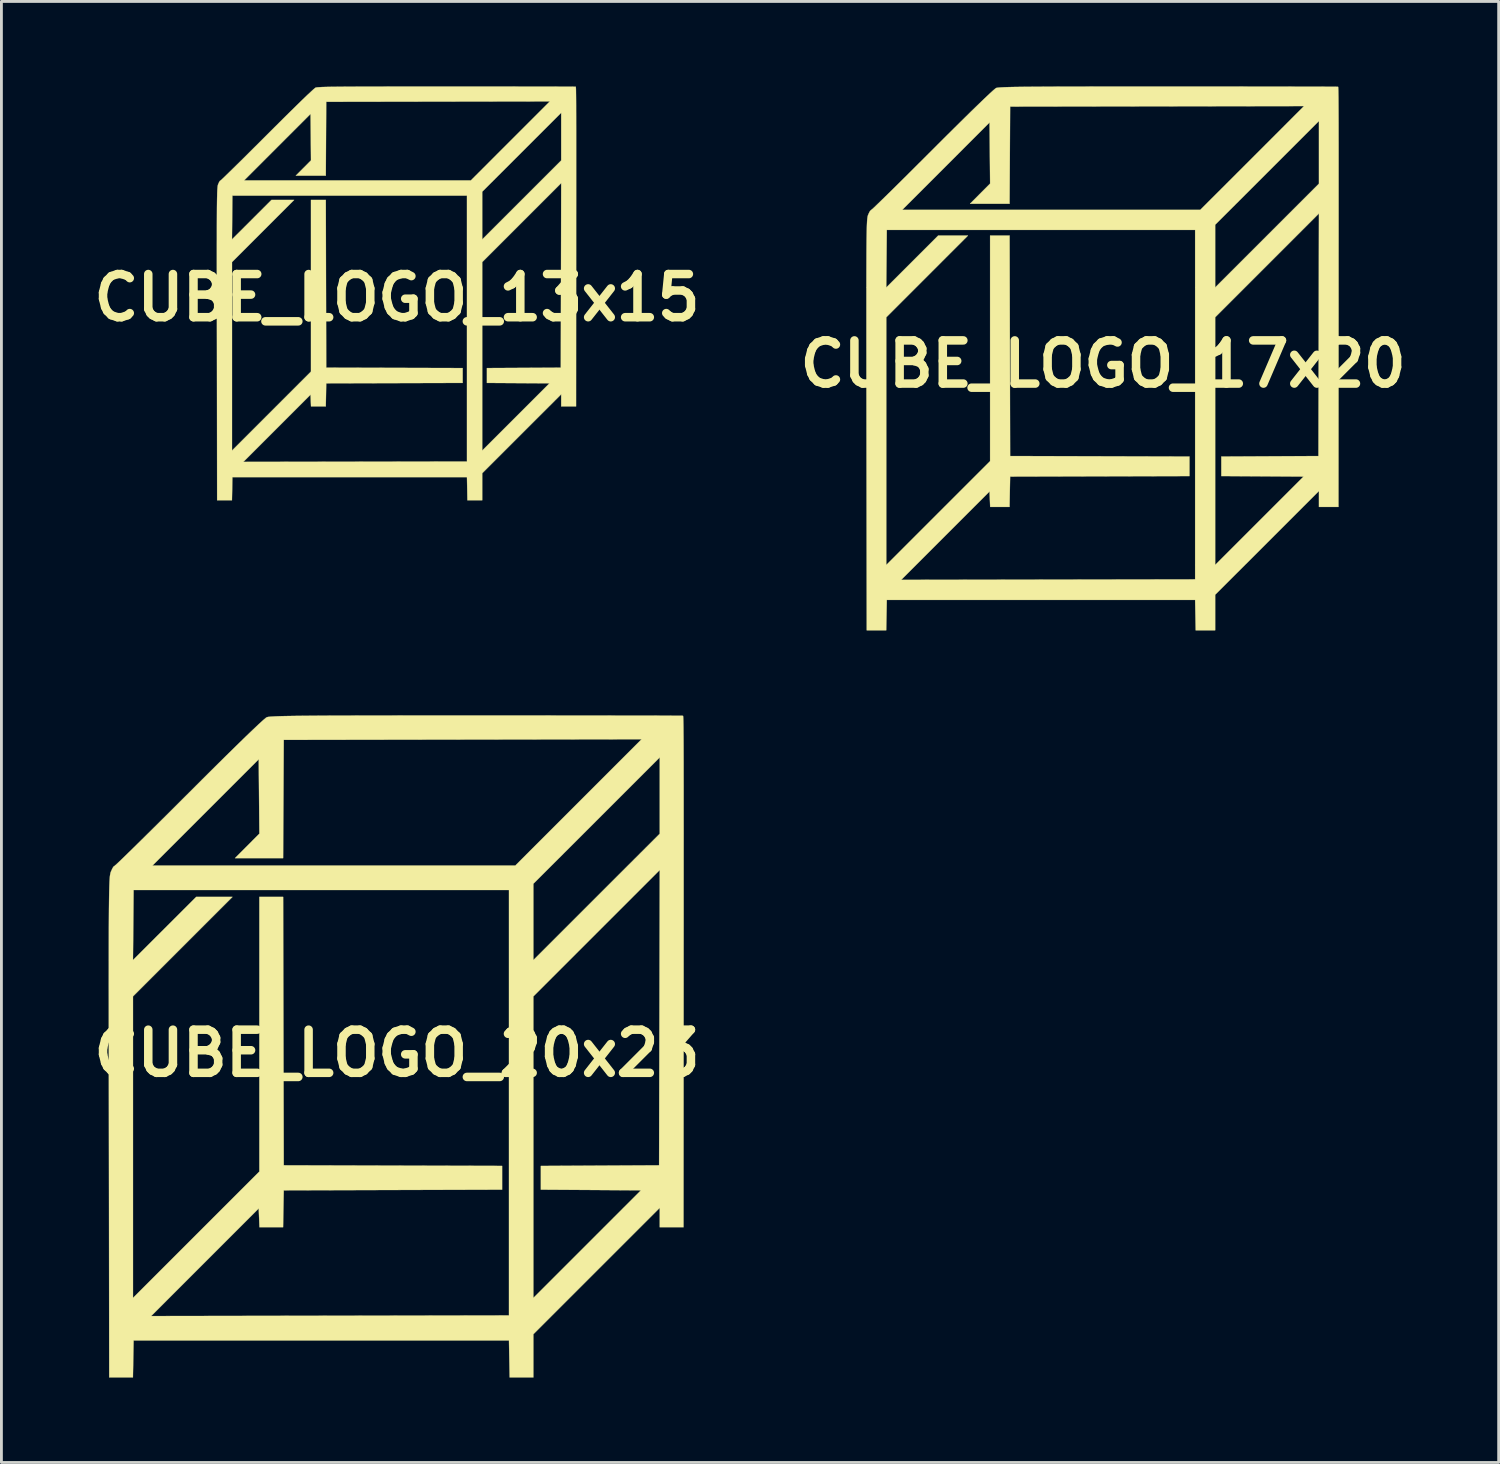
<source format=kicad_pcb>
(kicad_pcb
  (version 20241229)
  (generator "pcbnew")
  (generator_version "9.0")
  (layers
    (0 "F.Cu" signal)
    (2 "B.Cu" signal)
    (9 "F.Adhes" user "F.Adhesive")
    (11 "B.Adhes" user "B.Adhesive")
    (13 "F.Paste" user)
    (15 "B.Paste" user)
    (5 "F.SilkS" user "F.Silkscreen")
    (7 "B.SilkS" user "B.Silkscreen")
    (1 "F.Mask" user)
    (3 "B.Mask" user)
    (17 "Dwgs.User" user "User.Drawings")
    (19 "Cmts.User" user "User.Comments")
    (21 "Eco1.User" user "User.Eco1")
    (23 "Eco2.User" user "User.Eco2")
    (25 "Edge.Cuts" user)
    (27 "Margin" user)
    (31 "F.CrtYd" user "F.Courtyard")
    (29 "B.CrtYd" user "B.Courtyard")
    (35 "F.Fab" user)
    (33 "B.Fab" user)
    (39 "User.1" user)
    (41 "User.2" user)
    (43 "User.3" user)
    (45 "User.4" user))
  (footprint "CUBE_LOGO_20x23"
    (layer "F.Cu")
    (at 10.966 34.138)
    (property "Reference" "CUBE_LOGO_20x23" (at 0 0 0) (layer "F.SilkS") (effects (font (size 1.524 1.524) (thickness 0.3))))
    (attr through_hole)
    (fp_poly (pts (xy 3.613 -11.928) (xy 4.383 -11.927) (xy 5.125 -11.927) (xy 5.833 -11.926) (xy 6.503 -11.926) (xy 7.13 -11.925) (xy 7.71 -11.924) (xy 8.238 -11.924) (xy 8.71 -11.923) (xy 9.121 -11.922) (xy 9.466 -11.921) (xy 9.741 -11.919) (xy 9.941 -11.918) (xy 10.061 -11.917) (xy 10.097 -11.916) (xy 10.1 -11.908) (xy 10.103 -11.888) (xy 10.106 -11.852) (xy 10.108 -11.798) (xy 10.11 -11.721) (xy 10.112 -11.618) (xy 10.114 -11.486) (xy 10.115 -11.321) (xy 10.117 -11.119) (xy 10.118 -10.877) (xy 10.119 -10.592) (xy 10.12 -10.261) (xy 10.12 -9.878) (xy 10.121 -9.442) (xy 10.121 -8.948) (xy 10.121 -8.394) (xy 10.122 -7.775) (xy 10.121 -7.088) (xy 10.121 -6.33) (xy 10.121 -5.497) (xy 10.121 -4.585) (xy 10.12 -3.592) (xy 10.12 -2.684) (xy 10.116 6.14) (xy 9.277 6.14) (xy 9.277 5.456) (xy 7.046 7.686) (xy 4.815 9.917) (xy 4.815 11.441) (xy 3.978 11.441) (xy 3.954 10.138) (xy -9.299 10.138) (xy -9.311 10.789) (xy -9.323 11.441) (xy -10.16 11.441) (xy -10.171 2.617) (xy -10.172 1.578) (xy -10.173 0.624) (xy -10.174 -0.249) (xy -10.175 -1.045) (xy -10.175 -1.767) (xy -10.176 -2.42) (xy -10.175 -3.006) (xy -10.175 -3.291) (xy -9.322 -3.291) (xy -8.206 -4.406) (xy -7.089 -5.522) (xy -5.809 -5.522) (xy -7.565 -3.766) (xy -9.321 -2.01) (xy -9.321 8.636) (xy -7.09 6.405) (xy -4.859 4.175) (xy -4.859 -5.522) (xy -4.02 -5.522) (xy -4.009 -0.784) (xy -3.998 3.954) (xy 3.711 3.976) (xy 3.711 4.814) (xy -3.998 4.837) (xy -4.01 5.489) (xy -4.022 6.14) (xy -4.855 6.14) (xy -4.868 5.808) (xy -4.881 5.477) (xy -8.68 9.277) (xy -2.363 9.266) (xy 3.954 9.254) (xy 3.954 -2.01) (xy 4.815 -2.01) (xy 4.815 8.636) (xy 8.614 4.837) (xy 6.847 4.825) (xy 5.08 4.814) (xy 5.08 3.977) (xy 7.167 3.965) (xy 9.254 3.954) (xy 9.266 -1.259) (xy 9.277 -6.471) (xy 7.046 -4.241) (xy 4.815 -2.01) (xy 3.954 -2.01) (xy 3.954 -5.765) (xy -9.299 -5.765) (xy -9.31 -4.528) (xy -9.322 -3.291) (xy -10.175 -3.291) (xy -10.175 -3.53) (xy -10.174 -3.995) (xy -10.173 -4.405) (xy -10.171 -4.763) (xy -10.169 -5.074) (xy -10.166 -5.341) (xy -10.163 -5.567) (xy -10.159 -5.757) (xy -10.155 -5.913) (xy -10.152 -5.986) (xy 4.815 -5.986) (xy 4.815 -3.291) (xy 7.046 -5.522) (xy 9.277 -7.752) (xy 9.277 -10.447) (xy 7.046 -8.216) (xy 4.815 -5.986) (xy -10.152 -5.986) (xy -10.15 -6.041) (xy -10.144 -6.143) (xy -10.138 -6.223) (xy -10.131 -6.285) (xy -10.123 -6.332) (xy -10.115 -6.369) (xy -10.106 -6.398) (xy -10.099 -6.415) (xy -10.047 -6.53) (xy -10.003 -6.598) (xy -9.986 -6.606) (xy -9.96 -6.626) (xy -8.636 -6.626) (xy 4.175 -6.626) (xy 8.636 -11.088) (xy -3.998 -11.066) (xy -4.009 -8.978) (xy -4.021 -6.891) (xy -5.719 -6.891) (xy -4.858 -7.755) (xy -4.87 -9.068) (xy -4.881 -10.381) (xy -6.758 -8.504) (xy -8.636 -6.626) (xy -9.96 -6.626) (xy -9.951 -6.633) (xy -9.858 -6.719) (xy -9.712 -6.858) (xy -9.518 -7.047) (xy -9.28 -7.279) (xy -9.003 -7.552) (xy -8.691 -7.86) (xy -8.35 -8.198) (xy -7.983 -8.563) (xy -7.596 -8.95) (xy -7.352 -9.193) (xy -6.866 -9.679) (xy -6.419 -10.123) (xy -6.016 -10.522) (xy -5.657 -10.874) (xy -5.346 -11.177) (xy -5.084 -11.428) (xy -4.876 -11.625) (xy -4.723 -11.764) (xy -4.627 -11.845) (xy -4.598 -11.864) (xy -4.57 -11.872) (xy -4.522 -11.88) (xy -4.451 -11.887) (xy -4.353 -11.893) (xy -4.225 -11.899) (xy -4.062 -11.904) (xy -3.86 -11.908) (xy -3.616 -11.912) (xy -3.326 -11.915) (xy -2.986 -11.918) (xy -2.592 -11.921) (xy -2.139 -11.923) (xy -1.625 -11.924) (xy -1.046 -11.925) (xy -0.397 -11.926) (xy 0.326 -11.927) (xy 1.126 -11.927) (xy 2.007 -11.928) (xy 2.819 -11.928) (xy 3.613 -11.928)) (stroke (width 0.01) (type solid)) (fill yes) (layer "F.SilkS")))
  (footprint "CUBE_LOGO_13x15"
    (layer "F.Cu")
    (at 10.966 7.46)
    (property "Reference" "CUBE_LOGO_13x15" (at 0 0 0) (layer "F.SilkS") (effects (font (size 1.524 1.524) (thickness 0.3))))
    (attr through_hole)
    (fp_poly (pts (xy 2.258 -7.455) (xy 2.74 -7.455) (xy 3.203 -7.454) (xy 3.645 -7.454) (xy 4.064 -7.454) (xy 4.456 -7.453) (xy 4.819 -7.453) (xy 5.149 -7.452) (xy 5.444 -7.452) (xy 5.701 -7.451) (xy 5.916 -7.45) (xy 6.088 -7.45) (xy 6.213 -7.449) (xy 6.288 -7.448) (xy 6.311 -7.448) (xy 6.313 -7.442) (xy 6.314 -7.43) (xy 6.316 -7.408) (xy 6.318 -7.374) (xy 6.319 -7.326) (xy 6.32 -7.261) (xy 6.321 -7.179) (xy 6.322 -7.075) (xy 6.323 -6.949) (xy 6.324 -6.798) (xy 6.324 -6.62) (xy 6.325 -6.413) (xy 6.325 -6.174) (xy 6.326 -5.901) (xy 6.326 -5.593) (xy 6.326 -5.246) (xy 6.326 -4.859) (xy 6.326 -4.43) (xy 6.326 -3.956) (xy 6.326 -3.436) (xy 6.325 -2.866) (xy 6.325 -2.245) (xy 6.325 -1.677) (xy 6.322 3.838) (xy 5.798 3.838) (xy 5.798 3.41) (xy 3.009 6.198) (xy 3.009 7.151) (xy 2.486 7.151) (xy 2.479 6.743) (xy 2.471 6.336) (xy -5.812 6.336) (xy -5.819 6.743) (xy -5.827 7.151) (xy -6.35 7.151) (xy -6.357 1.636) (xy -6.358 0.987) (xy -6.358 0.39) (xy -6.359 -0.156) (xy -6.359 -0.653) (xy -6.36 -1.105) (xy -6.36 -1.512) (xy -6.36 -1.879) (xy -6.359 -2.057) (xy -5.826 -2.057) (xy -5.128 -2.754) (xy -4.431 -3.451) (xy -3.631 -3.451) (xy -4.728 -2.354) (xy -5.825 -1.256) (xy -5.825 5.397) (xy -4.431 4.003) (xy -3.037 2.609) (xy -3.037 -3.451) (xy -2.513 -3.451) (xy -2.506 -0.49) (xy -2.499 2.471) (xy 2.319 2.485) (xy 2.319 3.009) (xy -0.09 3.016) (xy -2.499 3.023) (xy -2.506 3.43) (xy -2.514 3.838) (xy -3.035 3.838) (xy -3.043 3.63) (xy -3.051 3.423) (xy -5.425 5.798) (xy -1.477 5.791) (xy 2.471 5.784) (xy 2.471 -1.256) (xy 3.009 -1.256) (xy 3.009 5.397) (xy 4.197 4.21) (xy 5.384 3.023) (xy 4.279 3.016) (xy 3.175 3.009) (xy 3.175 2.485) (xy 4.48 2.478) (xy 5.784 2.471) (xy 5.791 -0.787) (xy 5.798 -4.045) (xy 4.404 -2.651) (xy 3.009 -1.256) (xy 2.471 -1.256) (xy 2.471 -3.603) (xy -5.812 -3.603) (xy -5.819 -2.83) (xy -5.826 -2.057) (xy -6.359 -2.057) (xy -6.359 -2.206) (xy -6.359 -2.497) (xy -6.358 -2.753) (xy -6.357 -2.977) (xy -6.356 -3.171) (xy -6.354 -3.338) (xy -6.352 -3.479) (xy -6.349 -3.598) (xy -6.347 -3.696) (xy -6.345 -3.741) (xy 3.009 -3.741) (xy 3.009 -2.057) (xy 5.798 -4.845) (xy 5.798 -6.529) (xy 3.009 -3.741) (xy -6.345 -3.741) (xy -6.344 -3.776) (xy -6.34 -3.839) (xy -6.336 -3.889) (xy -6.332 -3.928) (xy -6.327 -3.957) (xy -6.322 -3.98) (xy -6.316 -3.999) (xy -6.312 -4.01) (xy -6.279 -4.081) (xy -6.252 -4.123) (xy -6.241 -4.129) (xy -6.225 -4.141) (xy -5.397 -4.141) (xy 2.609 -4.141) (xy 5.397 -6.93) (xy -2.499 -6.916) (xy -2.506 -5.611) (xy -2.513 -4.307) (xy -3.574 -4.307) (xy -3.305 -4.577) (xy -3.036 -4.847) (xy -3.043 -5.668) (xy -3.051 -6.488) (xy -4.224 -5.315) (xy -5.397 -4.141) (xy -6.225 -4.141) (xy -6.219 -4.146) (xy -6.161 -4.199) (xy -6.07 -4.286) (xy -5.949 -4.404) (xy -5.8 -4.55) (xy -5.627 -4.72) (xy -5.432 -4.912) (xy -5.219 -5.124) (xy -4.99 -5.352) (xy -4.747 -5.594) (xy -4.595 -5.746) (xy -4.291 -6.049) (xy -4.012 -6.327) (xy -3.76 -6.576) (xy -3.535 -6.797) (xy -3.341 -6.986) (xy -3.178 -7.143) (xy -3.047 -7.265) (xy -2.952 -7.353) (xy -2.892 -7.403) (xy -2.874 -7.415) (xy -2.856 -7.42) (xy -2.826 -7.425) (xy -2.782 -7.429) (xy -2.721 -7.433) (xy -2.64 -7.437) (xy -2.539 -7.44) (xy -2.413 -7.443) (xy -2.26 -7.445) (xy -2.079 -7.447) (xy -1.866 -7.449) (xy -1.62 -7.45) (xy -1.337 -7.452) (xy -1.016 -7.453) (xy -0.654 -7.453) (xy -0.248 -7.454) (xy 0.204 -7.454) (xy 0.704 -7.455) (xy 1.254 -7.455) (xy 1.762 -7.455) (xy 2.258 -7.455)) (stroke (width 0.01) (type solid)) (fill yes) (layer "F.SilkS")))
  (footprint "CUBE_LOGO_17x20"
    (layer "F.Cu")
    (at 35.897 9.803)
    (property "Reference" "CUBE_LOGO_17x20" (at 0 0 0) (layer "F.SilkS") (effects (font (size 1.524 1.524) (thickness 0.3))))
    (attr through_hole)
    (fp_poly (pts (xy 2.968 -9.798) (xy 3.601 -9.797) (xy 4.21 -9.797) (xy 4.791 -9.797) (xy 5.341 -9.796) (xy 5.857 -9.796) (xy 6.333 -9.795) (xy 6.767 -9.794) (xy 7.155 -9.794) (xy 7.492 -9.793) (xy 7.776 -9.792) (xy 8.001 -9.791) (xy 8.165 -9.79) (xy 8.264 -9.789) (xy 8.294 -9.788) (xy 8.297 -9.781) (xy 8.299 -9.765) (xy 8.301 -9.736) (xy 8.303 -9.691) (xy 8.305 -9.628) (xy 8.306 -9.543) (xy 8.308 -9.435) (xy 8.309 -9.299) (xy 8.31 -9.133) (xy 8.311 -8.935) (xy 8.312 -8.701) (xy 8.313 -8.428) (xy 8.313 -8.114) (xy 8.314 -7.756) (xy 8.314 -7.351) (xy 8.314 -6.895) (xy 8.314 -6.387) (xy 8.314 -5.822) (xy 8.314 -5.2) (xy 8.314 -4.515) (xy 8.313 -3.767) (xy 8.313 -2.951) (xy 8.313 -2.204) (xy 8.309 5.044) (xy 7.62 5.044) (xy 7.62 4.482) (xy 5.788 6.314) (xy 3.955 8.146) (xy 3.955 9.398) (xy 3.268 9.398) (xy 3.258 8.863) (xy 3.248 8.328) (xy -7.638 8.328) (xy -7.648 8.863) (xy -7.658 9.398) (xy -8.346 9.398) (xy -8.355 2.15) (xy -8.356 1.297) (xy -8.357 0.513) (xy -8.357 -0.204) (xy -8.358 -0.858) (xy -8.358 -1.452) (xy -8.358 -1.988) (xy -8.358 -2.469) (xy -8.358 -2.703) (xy -7.657 -2.703) (xy -6.74 -3.619) (xy -5.823 -4.536) (xy -4.772 -4.536) (xy -7.656 -1.651) (xy -7.656 7.094) (xy -5.824 5.261) (xy -3.991 3.429) (xy -3.991 -4.536) (xy -3.302 -4.536) (xy -3.293 -0.644) (xy -3.284 3.248) (xy 3.048 3.266) (xy 3.048 3.61) (xy 3.048 3.955) (xy -0.118 3.964) (xy -3.284 3.973) (xy -3.294 4.508) (xy -3.304 5.044) (xy -3.988 5.044) (xy -4.01 4.499) (xy -5.57 6.059) (xy -7.13 7.62) (xy -1.941 7.611) (xy 3.248 7.602) (xy 3.248 -1.651) (xy 3.955 -1.651) (xy 3.955 7.094) (xy 5.516 5.533) (xy 7.076 3.973) (xy 4.173 3.954) (xy 4.173 3.266) (xy 7.602 3.248) (xy 7.611 -1.034) (xy 7.62 -5.316) (xy 3.955 -1.651) (xy 3.248 -1.651) (xy 3.248 -4.735) (xy -7.638 -4.735) (xy -7.657 -2.703) (xy -8.358 -2.703) (xy -8.358 -2.9) (xy -8.357 -3.282) (xy -8.356 -3.618) (xy -8.355 -3.913) (xy -8.353 -4.168) (xy -8.351 -4.387) (xy -8.348 -4.573) (xy -8.345 -4.729) (xy -8.341 -4.857) (xy -8.339 -4.917) (xy 3.955 -4.917) (xy 3.955 -2.704) (xy 5.788 -4.536) (xy 7.62 -6.368) (xy 7.62 -8.581) (xy 5.788 -6.749) (xy 3.955 -4.917) (xy -8.339 -4.917) (xy -8.337 -4.962) (xy -8.333 -5.046) (xy -8.328 -5.112) (xy -8.322 -5.162) (xy -8.316 -5.201) (xy -8.309 -5.231) (xy -8.301 -5.255) (xy -8.296 -5.27) (xy -8.253 -5.364) (xy -8.217 -5.419) (xy -8.203 -5.426) (xy -8.182 -5.443) (xy -7.094 -5.443) (xy 3.429 -5.443) (xy 5.262 -7.275) (xy 7.094 -9.108) (xy -3.284 -9.09) (xy -3.293 -7.375) (xy -3.303 -5.661) (xy -4.698 -5.661) (xy -3.99 -6.371) (xy -4 -7.449) (xy -4.01 -8.528) (xy -5.552 -6.985) (xy -7.094 -5.443) (xy -8.182 -5.443) (xy -8.174 -5.449) (xy -8.098 -5.519) (xy -7.978 -5.634) (xy -7.819 -5.788) (xy -7.623 -5.979) (xy -7.395 -6.203) (xy -7.139 -6.456) (xy -6.859 -6.734) (xy -6.558 -7.034) (xy -6.239 -7.352) (xy -6.039 -7.552) (xy -5.64 -7.951) (xy -5.273 -8.315) (xy -4.941 -8.643) (xy -4.647 -8.933) (xy -4.391 -9.181) (xy -4.177 -9.387) (xy -4.005 -9.549) (xy -3.879 -9.664) (xy -3.801 -9.73) (xy -3.777 -9.745) (xy -3.754 -9.752) (xy -3.714 -9.758) (xy -3.656 -9.764) (xy -3.576 -9.769) (xy -3.47 -9.774) (xy -3.336 -9.778) (xy -3.171 -9.782) (xy -2.97 -9.785) (xy -2.732 -9.788) (xy -2.453 -9.79) (xy -2.129 -9.792) (xy -1.757 -9.794) (xy -1.335 -9.795) (xy -0.859 -9.796) (xy -0.326 -9.797) (xy 0.268 -9.797) (xy 0.925 -9.798) (xy 1.648 -9.798) (xy 2.316 -9.798) (xy 2.968 -9.798)) (stroke (width 0.01) (type solid)) (fill yes) (layer "F.SilkS")))
  (gr_rect
    (start -3 -3)
    (end 49.862 48.584)
    (stroke (width 0.1) (type default))
    (fill no)
    (layer "Edge.Cuts")))
</source>
